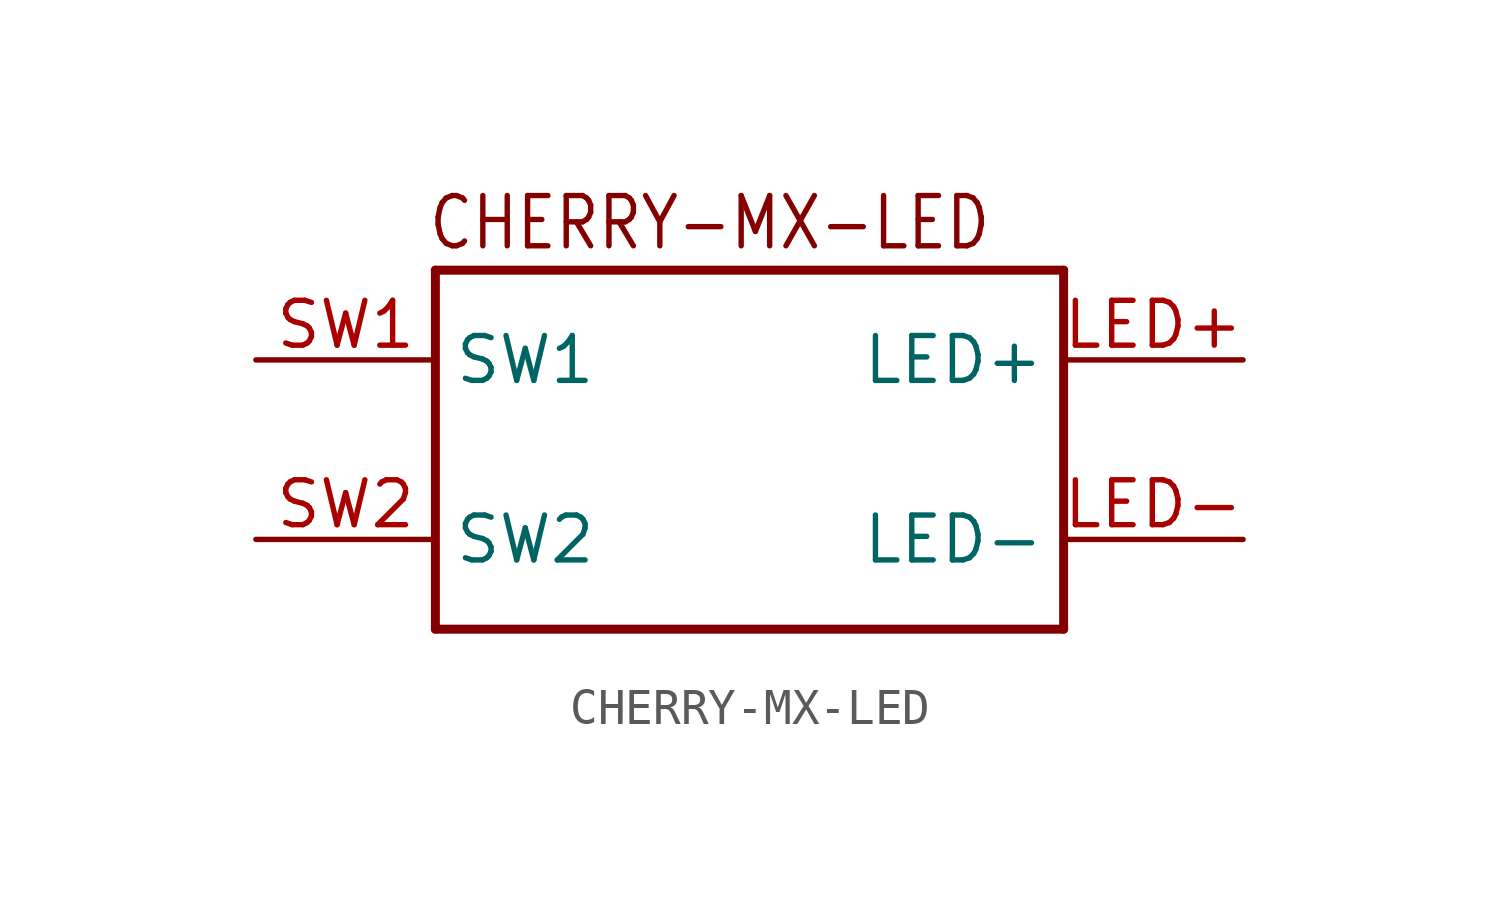
<source format=kicad_sym>
(kicad_symbol_lib
  (version 20231120)
  (generator "kicad_symbol_editor")
  (generator_version "8.0")
  (symbol "CHERRY-MX-LED"
    (property "Reference" ""
      (at -5.334 -7.366 0)
      (effects (font (size 1.778 1.511)) (justify left bottom) (hide yes)))
    (property "ki_locked" ""
      (at 0 0 0)
      (effects (font (size 1.27 1.27))))
    (symbol "CHERRY-MX-LED_1_0"
      (polyline (pts (xy -5.08 -5.08) (xy 12.7 -5.08)) (stroke (width 0.254) (type solid)) (fill (type none)))
      (polyline (pts (xy -5.08 5.08) (xy -5.08 -5.08)) (stroke (width 0.254) (type solid)) (fill (type none)))
      (polyline (pts (xy 12.7 -5.08) (xy 12.7 5.08)) (stroke (width 0.254) (type solid)) (fill (type none)))
      (polyline (pts (xy 12.7 5.08) (xy -5.08 5.08)) (stroke (width 0.254) (type solid)) (fill (type none)))
      (text "CHERRY-MX-LED" (at -5.334 5.588 0) (effects (font (size 1.422 1.209)) (justify left bottom)))
      (pin passive line (at 17.78 2.54 180) (length 5.08) (name "LED+" (effects (font (size 1.27 1.27)))) (number "LED+" (effects (font (size 1.27 1.27)))))
      (pin passive line (at 17.78 -2.54 180) (length 5.08) (name "LED-" (effects (font (size 1.27 1.27)))) (number "LED-" (effects (font (size 1.27 1.27)))))
      (pin passive line (at -10.16 2.54 0) (length 5.08) (name "SW1" (effects (font (size 1.27 1.27)))) (number "SW1" (effects (font (size 1.27 1.27)))))
      (pin passive line (at -10.16 -2.54 0) (length 5.08) (name "SW2" (effects (font (size 1.27 1.27)))) (number "SW2" (effects (font (size 1.27 1.27))))))))
</source>
